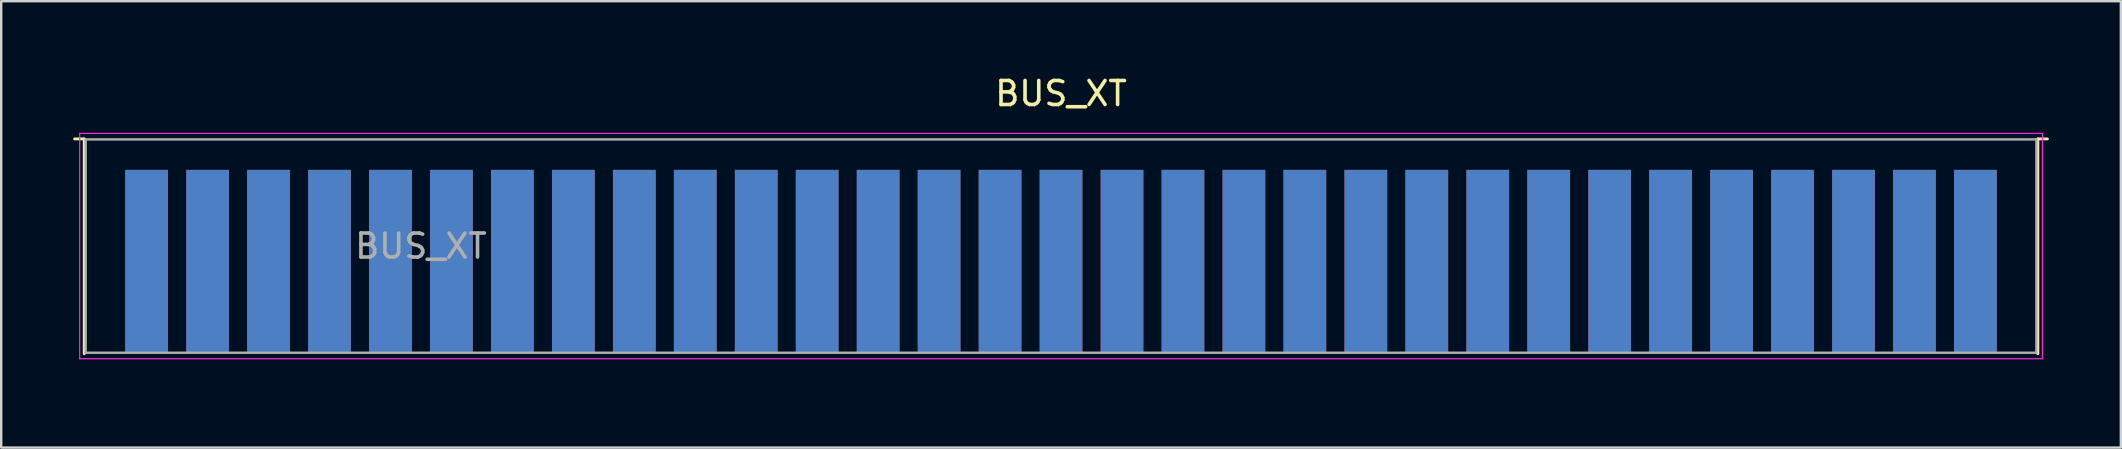
<source format=kicad_pcb>
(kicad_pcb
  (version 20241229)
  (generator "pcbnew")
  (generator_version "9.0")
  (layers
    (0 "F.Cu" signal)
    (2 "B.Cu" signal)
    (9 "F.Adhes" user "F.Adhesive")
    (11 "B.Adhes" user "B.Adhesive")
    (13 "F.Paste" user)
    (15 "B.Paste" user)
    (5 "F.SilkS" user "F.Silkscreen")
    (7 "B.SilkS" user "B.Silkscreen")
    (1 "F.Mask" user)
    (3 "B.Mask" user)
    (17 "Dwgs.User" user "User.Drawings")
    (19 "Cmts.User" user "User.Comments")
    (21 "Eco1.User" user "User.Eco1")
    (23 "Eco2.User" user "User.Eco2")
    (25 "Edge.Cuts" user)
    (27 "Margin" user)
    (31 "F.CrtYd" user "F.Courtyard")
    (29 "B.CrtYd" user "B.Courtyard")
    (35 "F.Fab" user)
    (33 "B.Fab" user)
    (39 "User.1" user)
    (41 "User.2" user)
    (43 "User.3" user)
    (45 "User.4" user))
  (footprint "BUS_XT"
    (layer "F.Cu")
    (at 79.26 7.838)
    (property "Reference" "BUS_XT" (at -38.1 -6.99 0) (layer "F.SilkS") (effects (font (size 1 1) (thickness 0.15))))
    (attr exclude_from_pos_files exclude_from_bom)
    (fp_line (start -79.2 -5.1) (end -78.8 -5.1) (stroke (width 0.12) (type solid)) (layer "F.SilkS"))
    (fp_line (start -78.8 -5.1) (end -78.8 3.85) (stroke (width 0.12) (type solid)) (layer "F.SilkS"))
    (fp_line (start 2.6 -5.1) (end 3 -5.1) (stroke (width 0.12) (type solid)) (layer "F.SilkS"))
    (fp_line (start 2.6 3.85) (end 2.6 -5.1) (stroke (width 0.12) (type solid)) (layer "F.SilkS"))
    (fp_line (start -78.99 -5.33) (end -78.99 4.06) (stroke (width 0.05) (type solid)) (layer "F.CrtYd"))
    (fp_line (start -78.99 -5.33) (end 2.79 -5.33) (stroke (width 0.05) (type solid)) (layer "F.CrtYd"))
    (fp_line (start -78.99 4.06) (end 2.79 4.06) (stroke (width 0.05) (type solid)) (layer "F.CrtYd"))
    (fp_line (start 2.79 4.06) (end 2.79 -5.33) (stroke (width 0.05) (type solid)) (layer "F.CrtYd"))
    (fp_line (start -78.74 -5.08) (end 2.54 -5.08) (stroke (width 0.1) (type solid)) (layer "F.Fab"))
    (fp_line (start -78.74 3.81) (end -78.74 -5.08) (stroke (width 0.1) (type solid)) (layer "F.Fab"))
    (fp_line (start 2.54 -5.08) (end 2.54 3.81) (stroke (width 0.1) (type solid)) (layer "F.Fab"))
    (fp_line (start 2.54 3.81) (end -78.74 3.81) (stroke (width 0.1) (type solid)) (layer "F.Fab"))
    (fp_text user "${REFERENCE}" (at -64.77 -0.635 0) (layer "F.Fab") (effects (font (size 1 1) (thickness 0.15))))
    (pad "1" connect rect (at 0 0) (size 1.78 7.62) (layers "B.Cu" "B.Mask"))
    (pad "2" connect rect (at -2.54 0) (size 1.78 7.62) (layers "B.Cu" "B.Mask"))
    (pad "3" connect rect (at -5.08 0) (size 1.78 7.62) (layers "B.Cu" "B.Mask"))
    (pad "4" connect rect (at -7.62 0) (size 1.78 7.62) (layers "B.Cu" "B.Mask"))
    (pad "5" connect rect (at -10.16 0) (size 1.78 7.62) (layers "B.Cu" "B.Mask"))
    (pad "6" connect rect (at -12.7 0) (size 1.78 7.62) (layers "B.Cu" "B.Mask"))
    (pad "7" connect rect (at -15.24 0) (size 1.78 7.62) (layers "B.Cu" "B.Mask"))
    (pad "8" connect rect (at -17.78 0) (size 1.78 7.62) (layers "B.Cu" "B.Mask"))
    (pad "9" connect rect (at -20.32 0) (size 1.78 7.62) (layers "B.Cu" "B.Mask"))
    (pad "10" connect rect (at -22.86 0) (size 1.78 7.62) (layers "B.Cu" "B.Mask"))
    (pad "11" connect rect (at -25.4 0) (size 1.78 7.62) (layers "B.Cu" "B.Mask"))
    (pad "12" connect rect (at -27.94 0) (size 1.78 7.62) (layers "B.Cu" "B.Mask"))
    (pad "13" connect rect (at -30.48 0) (size 1.78 7.62) (layers "B.Cu" "B.Mask"))
    (pad "14" connect rect (at -33.02 0) (size 1.78 7.62) (layers "B.Cu" "B.Mask"))
    (pad "15" connect rect (at -35.56 0) (size 1.78 7.62) (layers "B.Cu" "B.Mask"))
    (pad "16" connect rect (at -38.1 0) (size 1.78 7.62) (layers "B.Cu" "B.Mask"))
    (pad "17" connect rect (at -40.64 0) (size 1.78 7.62) (layers "B.Cu" "B.Mask"))
    (pad "18" connect rect (at -43.18 0) (size 1.78 7.62) (layers "B.Cu" "B.Mask"))
    (pad "19" connect rect (at -45.72 0) (size 1.78 7.62) (layers "B.Cu" "B.Mask"))
    (pad "20" connect rect (at -48.26 0) (size 1.78 7.62) (layers "B.Cu" "B.Mask"))
    (pad "21" connect rect (at -50.8 0) (size 1.78 7.62) (layers "B.Cu" "B.Mask"))
    (pad "22" connect rect (at -53.34 0) (size 1.78 7.62) (layers "B.Cu" "B.Mask"))
    (pad "23" connect rect (at -55.88 0) (size 1.78 7.62) (layers "B.Cu" "B.Mask"))
    (pad "24" connect rect (at -58.42 0) (size 1.78 7.62) (layers "B.Cu" "B.Mask"))
    (pad "25" connect rect (at -60.96 0) (size 1.78 7.62) (layers "B.Cu" "B.Mask"))
    (pad "26" connect rect (at -63.5 0) (size 1.78 7.62) (layers "B.Cu" "B.Mask"))
    (pad "27" connect rect (at -66.04 0) (size 1.78 7.62) (layers "B.Cu" "B.Mask"))
    (pad "28" connect rect (at -68.58 0) (size 1.78 7.62) (layers "B.Cu" "B.Mask"))
    (pad "29" connect rect (at -71.12 0) (size 1.78 7.62) (layers "B.Cu" "B.Mask"))
    (pad "30" connect rect (at -73.66 0) (size 1.78 7.62) (layers "B.Cu" "B.Mask"))
    (pad "31" connect rect (at -76.2 0) (size 1.78 7.62) (layers "B.Cu" "B.Mask"))
    (pad "32" connect rect (at 0 0) (size 1.78 7.62) (layers "F.Cu" "F.Mask"))
    (pad "33" connect rect (at -2.54 0) (size 1.78 7.62) (layers "F.Cu" "F.Mask"))
    (pad "34" connect rect (at -5.08 0) (size 1.78 7.62) (layers "F.Cu" "F.Mask"))
    (pad "35" connect rect (at -7.62 0) (size 1.78 7.62) (layers "F.Cu" "F.Mask"))
    (pad "36" connect rect (at -10.16 0) (size 1.78 7.62) (layers "F.Cu" "F.Mask"))
    (pad "37" connect rect (at -12.7 0) (size 1.78 7.62) (layers "F.Cu" "F.Mask"))
    (pad "38" connect rect (at -15.24 0) (size 1.78 7.62) (layers "F.Cu" "F.Mask"))
    (pad "39" connect rect (at -17.78 0) (size 1.78 7.62) (layers "F.Cu" "F.Mask"))
    (pad "40" connect rect (at -20.32 0) (size 1.78 7.62) (layers "F.Cu" "F.Mask"))
    (pad "41" connect rect (at -22.86 0) (size 1.78 7.62) (layers "F.Cu" "F.Mask"))
    (pad "42" connect rect (at -25.4 0) (size 1.78 7.62) (layers "F.Cu" "F.Mask"))
    (pad "43" connect rect (at -27.94 0) (size 1.78 7.62) (layers "F.Cu" "F.Mask"))
    (pad "44" connect rect (at -30.48 0) (size 1.78 7.62) (layers "F.Cu" "F.Mask"))
    (pad "45" connect rect (at -33.02 0) (size 1.78 7.62) (layers "F.Cu" "F.Mask"))
    (pad "46" connect rect (at -35.56 0) (size 1.78 7.62) (layers "F.Cu" "F.Mask"))
    (pad "47" connect rect (at -38.1 0) (size 1.78 7.62) (layers "F.Cu" "F.Mask"))
    (pad "48" connect rect (at -40.64 0) (size 1.78 7.62) (layers "F.Cu" "F.Mask"))
    (pad "49" connect rect (at -43.18 0) (size 1.78 7.62) (layers "F.Cu" "F.Mask"))
    (pad "50" connect rect (at -45.72 0) (size 1.78 7.62) (layers "F.Cu" "F.Mask"))
    (pad "51" connect rect (at -48.26 0) (size 1.78 7.62) (layers "F.Cu" "F.Mask"))
    (pad "52" connect rect (at -50.8 0) (size 1.78 7.62) (layers "F.Cu" "F.Mask"))
    (pad "53" connect rect (at -53.34 0) (size 1.78 7.62) (layers "F.Cu" "F.Mask"))
    (pad "54" connect rect (at -55.88 0) (size 1.78 7.62) (layers "F.Cu" "F.Mask"))
    (pad "55" connect rect (at -58.42 0) (size 1.78 7.62) (layers "F.Cu" "F.Mask"))
    (pad "56" connect rect (at -60.96 0) (size 1.78 7.62) (layers "F.Cu" "F.Mask"))
    (pad "57" connect rect (at -63.5 0) (size 1.78 7.62) (layers "F.Cu" "F.Mask"))
    (pad "58" connect rect (at -66.04 0) (size 1.78 7.62) (layers "F.Cu" "F.Mask"))
    (pad "59" connect rect (at -68.58 0) (size 1.78 7.62) (layers "F.Cu" "F.Mask"))
    (pad "60" connect rect (at -71.12 0) (size 1.78 7.62) (layers "F.Cu" "F.Mask"))
    (pad "61" connect rect (at -73.66 0) (size 1.78 7.62) (layers "F.Cu" "F.Mask"))
    (pad "62" connect rect (at -76.2 0) (size 1.78 7.62) (layers "F.Cu" "F.Mask"))
    (zone (net_name "") (layers "F.Cu" "B.Cu") (name "ignore_edge_cuts") (hatch edge 0.508) (connect_pads) (min_thickness 0.254) (filled_areas_thickness no) (keepout (tracks allowed) (vias allowed) (pads allowed) (copperpour allowed) (footprints allowed)) (placement (enabled no)) (fill) (polygon (pts (xy 82.102 2.658) (xy 82.081 12.599) (xy 0.27 12.569) (xy 0.27 2.638)))))
  (gr_rect
    (start -3 -3)
    (end 85.32 15.599)
    (stroke (width 0.1) (type default))
    (fill no)
    (layer "Edge.Cuts")))
</source>
